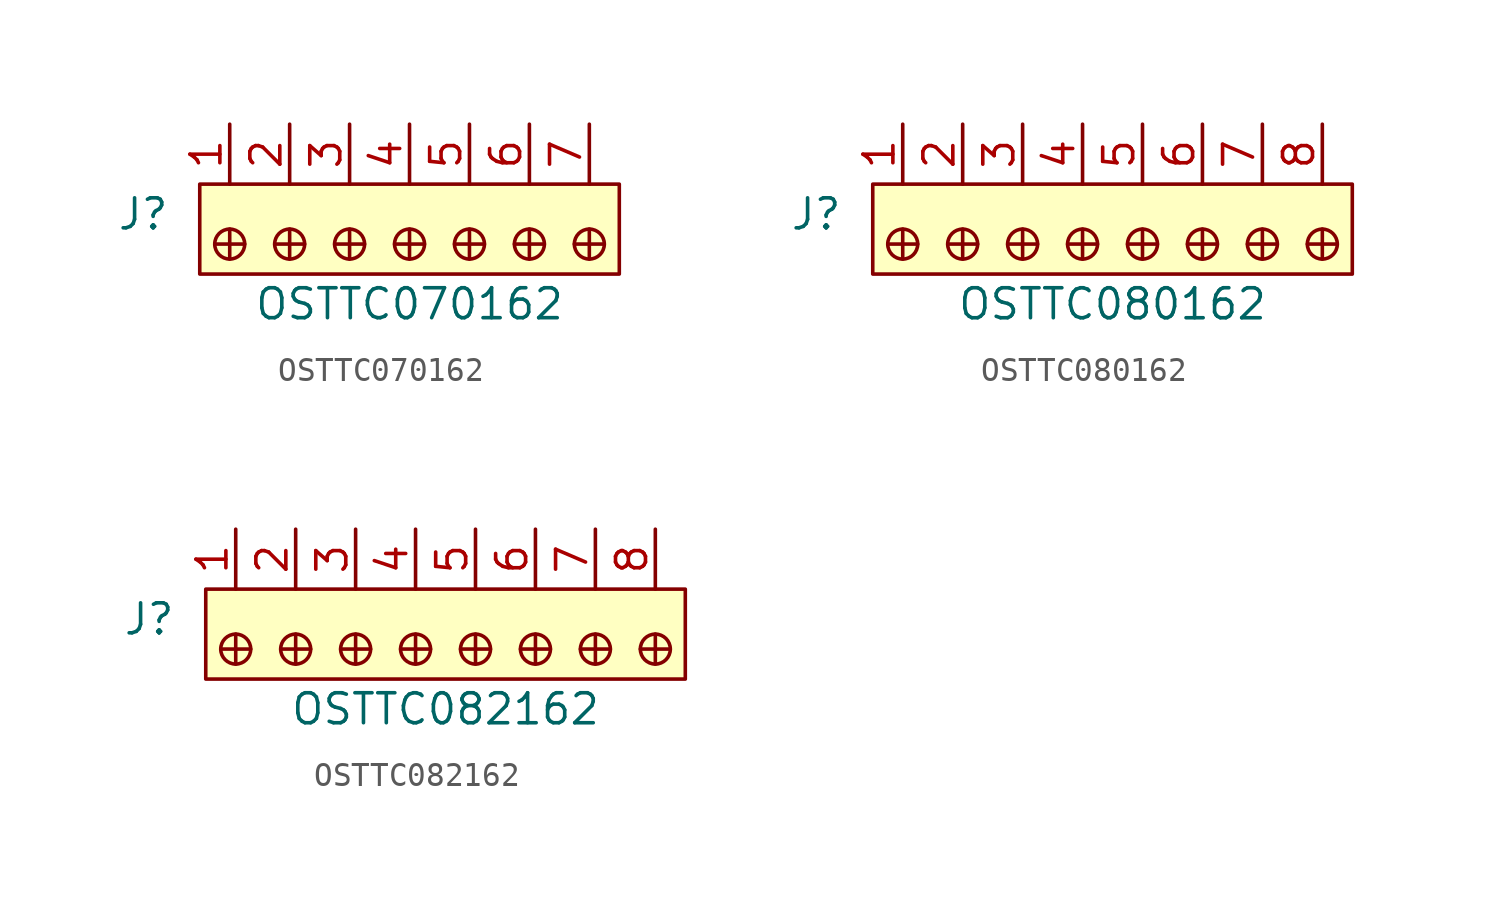
<source format=kicad_sym>
(kicad_symbol_lib
  (version 20220914)
  (generator kicad_symbol_editor)
  (symbol "OSTTC070162"
    (pin_names
      (offset 1.016))
    (property "Reference" "J"
      (at -2.54 -1.27 0)
      (effects (font (size 1.27 1.27)) (justify right)))
    (property "Value" "OSTTC070162"
      (at 7.62 -5.08 0)
      (effects (font (size 1.27 1.27))))
    (symbol "OSTTC070162_1_1"
      (rectangle (start -1.27 0) (end 16.51 -3.81) (stroke (width 0) (type default)) (fill (type background)))
      (circle (center 0 -2.54) (radius 0.635) (stroke (width 0) (type default)) (fill (type none)))
      (polyline (pts (xy 0 -1.905) (xy 0 -3.175)) (stroke (width 0) (type default)) (fill (type none)))
      (polyline (pts (xy 0.635 -2.54) (xy -0.635 -2.54)) (stroke (width 0) (type default)) (fill (type none)))
      (polyline (pts (xy 1.905 -2.54) (xy 3.175 -2.54)) (stroke (width 0) (type default)) (fill (type none)))
      (polyline (pts (xy 2.54 -1.905) (xy 2.54 -3.175)) (stroke (width 0) (type default)) (fill (type none)))
      (polyline (pts (xy 5.08 -1.905) (xy 5.08 -3.175)) (stroke (width 0) (type default)) (fill (type none)))
      (polyline (pts (xy 5.715 -2.54) (xy 4.445 -2.54)) (stroke (width 0) (type default)) (fill (type none)))
      (polyline (pts (xy 6.985 -2.54) (xy 8.255 -2.54)) (stroke (width 0) (type default)) (fill (type none)))
      (polyline (pts (xy 7.62 -1.905) (xy 7.62 -3.175)) (stroke (width 0) (type default)) (fill (type none)))
      (polyline (pts (xy 10.16 -1.905) (xy 10.16 -3.175)) (stroke (width 0) (type default)) (fill (type none)))
      (polyline (pts (xy 10.795 -2.54) (xy 9.525 -2.54)) (stroke (width 0) (type default)) (fill (type none)))
      (polyline (pts (xy 12.065 -2.54) (xy 13.335 -2.54)) (stroke (width 0) (type default)) (fill (type none)))
      (polyline (pts (xy 12.7 -1.905) (xy 12.7 -3.175)) (stroke (width 0) (type default)) (fill (type none)))
      (polyline (pts (xy 14.605 -2.54) (xy 15.875 -2.54)) (stroke (width 0) (type default)) (fill (type none)))
      (polyline (pts (xy 15.24 -1.905) (xy 15.24 -3.175)) (stroke (width 0) (type default)) (fill (type none)))
      (circle (center 2.54 -2.54) (radius 0.635) (stroke (width 0) (type default)) (fill (type none)))
      (circle (center 5.08 -2.54) (radius 0.635) (stroke (width 0) (type default)) (fill (type none)))
      (circle (center 7.62 -2.54) (radius 0.635) (stroke (width 0) (type default)) (fill (type none)))
      (circle (center 10.16 -2.54) (radius 0.635) (stroke (width 0) (type default)) (fill (type none)))
      (circle (center 12.7 -2.54) (radius 0.635) (stroke (width 0) (type default)) (fill (type none)))
      (circle (center 15.24 -2.54) (radius 0.635) (stroke (width 0) (type default)) (fill (type none)))
      (pin passive line (at 0 2.54 270) (length 2.54) (name "~" (effects (font (size 1.27 1.27)))) (number "1" (effects (font (size 1.27 1.27)))))
      (pin passive line (at 2.54 2.54 270) (length 2.54) (name "~" (effects (font (size 1.27 1.27)))) (number "2" (effects (font (size 1.27 1.27)))))
      (pin passive line (at 5.08 2.54 270) (length 2.54) (name "~" (effects (font (size 1.27 1.27)))) (number "3" (effects (font (size 1.27 1.27)))))
      (pin passive line (at 7.62 2.54 270) (length 2.54) (name "~" (effects (font (size 1.27 1.27)))) (number "4" (effects (font (size 1.27 1.27)))))
      (pin passive line (at 10.16 2.54 270) (length 2.54) (name "~" (effects (font (size 1.27 1.27)))) (number "5" (effects (font (size 1.27 1.27)))))
      (pin passive line (at 12.7 2.54 270) (length 2.54) (name "~" (effects (font (size 1.27 1.27)))) (number "6" (effects (font (size 1.27 1.27)))))
      (pin passive line (at 15.24 2.54 270) (length 2.54) (name "~" (effects (font (size 1.27 1.27)))) (number "7" (effects (font (size 1.27 1.27)))))))
  (symbol "OSTTC080162"
    (pin_names
      (offset 1.016))
    (property "Reference" "J"
      (at -2.54 -1.27 0)
      (effects (font (size 1.27 1.27)) (justify right)))
    (property "Value" "OSTTC080162"
      (at 8.89 -5.08 0)
      (effects (font (size 1.27 1.27))))
    (symbol "OSTTC080162_1_1"
      (rectangle (start -1.27 0) (end 19.05 -3.81) (stroke (width 0) (type default)) (fill (type background)))
      (circle (center 0 -2.54) (radius 0.635) (stroke (width 0) (type default)) (fill (type none)))
      (polyline (pts (xy 0 -1.905) (xy 0 -3.175)) (stroke (width 0) (type default)) (fill (type none)))
      (polyline (pts (xy 0.635 -2.54) (xy -0.635 -2.54)) (stroke (width 0) (type default)) (fill (type none)))
      (polyline (pts (xy 1.905 -2.54) (xy 3.175 -2.54)) (stroke (width 0) (type default)) (fill (type none)))
      (polyline (pts (xy 2.54 -1.905) (xy 2.54 -3.175)) (stroke (width 0) (type default)) (fill (type none)))
      (polyline (pts (xy 5.08 -1.905) (xy 5.08 -3.175)) (stroke (width 0) (type default)) (fill (type none)))
      (polyline (pts (xy 5.715 -2.54) (xy 4.445 -2.54)) (stroke (width 0) (type default)) (fill (type none)))
      (polyline (pts (xy 6.985 -2.54) (xy 8.255 -2.54)) (stroke (width 0) (type default)) (fill (type none)))
      (polyline (pts (xy 7.62 -1.905) (xy 7.62 -3.175)) (stroke (width 0) (type default)) (fill (type none)))
      (polyline (pts (xy 10.16 -1.905) (xy 10.16 -3.175)) (stroke (width 0) (type default)) (fill (type none)))
      (polyline (pts (xy 10.795 -2.54) (xy 9.525 -2.54)) (stroke (width 0) (type default)) (fill (type none)))
      (polyline (pts (xy 12.065 -2.54) (xy 13.335 -2.54)) (stroke (width 0) (type default)) (fill (type none)))
      (polyline (pts (xy 12.7 -1.905) (xy 12.7 -3.175)) (stroke (width 0) (type default)) (fill (type none)))
      (polyline (pts (xy 15.24 -1.905) (xy 15.24 -3.175)) (stroke (width 0) (type default)) (fill (type none)))
      (polyline (pts (xy 15.875 -2.54) (xy 14.605 -2.54)) (stroke (width 0) (type default)) (fill (type none)))
      (polyline (pts (xy 17.145 -2.54) (xy 18.415 -2.54)) (stroke (width 0) (type default)) (fill (type none)))
      (polyline (pts (xy 17.78 -1.905) (xy 17.78 -3.175)) (stroke (width 0) (type default)) (fill (type none)))
      (circle (center 2.54 -2.54) (radius 0.635) (stroke (width 0) (type default)) (fill (type none)))
      (circle (center 5.08 -2.54) (radius 0.635) (stroke (width 0) (type default)) (fill (type none)))
      (circle (center 7.62 -2.54) (radius 0.635) (stroke (width 0) (type default)) (fill (type none)))
      (circle (center 10.16 -2.54) (radius 0.635) (stroke (width 0) (type default)) (fill (type none)))
      (circle (center 12.7 -2.54) (radius 0.635) (stroke (width 0) (type default)) (fill (type none)))
      (circle (center 15.24 -2.54) (radius 0.635) (stroke (width 0) (type default)) (fill (type none)))
      (circle (center 17.78 -2.54) (radius 0.635) (stroke (width 0) (type default)) (fill (type none)))
      (pin passive line (at 0 2.54 270) (length 2.54) (name "~" (effects (font (size 1.27 1.27)))) (number "1" (effects (font (size 1.27 1.27)))))
      (pin passive line (at 2.54 2.54 270) (length 2.54) (name "~" (effects (font (size 1.27 1.27)))) (number "2" (effects (font (size 1.27 1.27)))))
      (pin passive line (at 5.08 2.54 270) (length 2.54) (name "~" (effects (font (size 1.27 1.27)))) (number "3" (effects (font (size 1.27 1.27)))))
      (pin passive line (at 7.62 2.54 270) (length 2.54) (name "~" (effects (font (size 1.27 1.27)))) (number "4" (effects (font (size 1.27 1.27)))))
      (pin passive line (at 10.16 2.54 270) (length 2.54) (name "~" (effects (font (size 1.27 1.27)))) (number "5" (effects (font (size 1.27 1.27)))))
      (pin passive line (at 12.7 2.54 270) (length 2.54) (name "~" (effects (font (size 1.27 1.27)))) (number "6" (effects (font (size 1.27 1.27)))))
      (pin passive line (at 15.24 2.54 270) (length 2.54) (name "~" (effects (font (size 1.27 1.27)))) (number "7" (effects (font (size 1.27 1.27)))))
      (pin passive line (at 17.78 2.54 270) (length 2.54) (name "~" (effects (font (size 1.27 1.27)))) (number "8" (effects (font (size 1.27 1.27)))))))
  (symbol "OSTTC082162"
    (pin_names
      (offset 1.016))
    (property "Reference" "J"
      (at -2.54 -1.27 0)
      (effects (font (size 1.27 1.27)) (justify right)))
    (property "Value" "OSTTC082162"
      (at 8.89 -5.08 0)
      (effects (font (size 1.27 1.27))))
    (symbol "OSTTC082162_1_1"
      (rectangle (start -1.27 0) (end 19.05 -3.81) (stroke (width 0) (type default)) (fill (type background)))
      (circle (center 0 -2.54) (radius 0.635) (stroke (width 0) (type default)) (fill (type none)))
      (polyline (pts (xy 0 -1.905) (xy 0 -3.175)) (stroke (width 0) (type default)) (fill (type none)))
      (polyline (pts (xy 0.635 -2.54) (xy -0.635 -2.54)) (stroke (width 0) (type default)) (fill (type none)))
      (polyline (pts (xy 1.905 -2.54) (xy 3.175 -2.54)) (stroke (width 0) (type default)) (fill (type none)))
      (polyline (pts (xy 2.54 -1.905) (xy 2.54 -3.175)) (stroke (width 0) (type default)) (fill (type none)))
      (polyline (pts (xy 5.08 -1.905) (xy 5.08 -3.175)) (stroke (width 0) (type default)) (fill (type none)))
      (polyline (pts (xy 5.715 -2.54) (xy 4.445 -2.54)) (stroke (width 0) (type default)) (fill (type none)))
      (polyline (pts (xy 6.985 -2.54) (xy 8.255 -2.54)) (stroke (width 0) (type default)) (fill (type none)))
      (polyline (pts (xy 7.62 -1.905) (xy 7.62 -3.175)) (stroke (width 0) (type default)) (fill (type none)))
      (polyline (pts (xy 10.16 -1.905) (xy 10.16 -3.175)) (stroke (width 0) (type default)) (fill (type none)))
      (polyline (pts (xy 10.795 -2.54) (xy 9.525 -2.54)) (stroke (width 0) (type default)) (fill (type none)))
      (polyline (pts (xy 12.065 -2.54) (xy 13.335 -2.54)) (stroke (width 0) (type default)) (fill (type none)))
      (polyline (pts (xy 12.7 -1.905) (xy 12.7 -3.175)) (stroke (width 0) (type default)) (fill (type none)))
      (polyline (pts (xy 15.24 -1.905) (xy 15.24 -3.175)) (stroke (width 0) (type default)) (fill (type none)))
      (polyline (pts (xy 15.875 -2.54) (xy 14.605 -2.54)) (stroke (width 0) (type default)) (fill (type none)))
      (polyline (pts (xy 17.145 -2.54) (xy 18.415 -2.54)) (stroke (width 0) (type default)) (fill (type none)))
      (polyline (pts (xy 17.78 -1.905) (xy 17.78 -3.175)) (stroke (width 0) (type default)) (fill (type none)))
      (circle (center 2.54 -2.54) (radius 0.635) (stroke (width 0) (type default)) (fill (type none)))
      (circle (center 5.08 -2.54) (radius 0.635) (stroke (width 0) (type default)) (fill (type none)))
      (circle (center 7.62 -2.54) (radius 0.635) (stroke (width 0) (type default)) (fill (type none)))
      (circle (center 10.16 -2.54) (radius 0.635) (stroke (width 0) (type default)) (fill (type none)))
      (circle (center 12.7 -2.54) (radius 0.635) (stroke (width 0) (type default)) (fill (type none)))
      (circle (center 15.24 -2.54) (radius 0.635) (stroke (width 0) (type default)) (fill (type none)))
      (circle (center 17.78 -2.54) (radius 0.635) (stroke (width 0) (type default)) (fill (type none)))
      (pin passive line (at 0 2.54 270) (length 2.54) (name "~" (effects (font (size 1.27 1.27)))) (number "1" (effects (font (size 1.27 1.27)))))
      (pin passive line (at 2.54 2.54 270) (length 2.54) (name "~" (effects (font (size 1.27 1.27)))) (number "2" (effects (font (size 1.27 1.27)))))
      (pin passive line (at 5.08 2.54 270) (length 2.54) (name "~" (effects (font (size 1.27 1.27)))) (number "3" (effects (font (size 1.27 1.27)))))
      (pin passive line (at 7.62 2.54 270) (length 2.54) (name "~" (effects (font (size 1.27 1.27)))) (number "4" (effects (font (size 1.27 1.27)))))
      (pin passive line (at 10.16 2.54 270) (length 2.54) (name "~" (effects (font (size 1.27 1.27)))) (number "5" (effects (font (size 1.27 1.27)))))
      (pin passive line (at 12.7 2.54 270) (length 2.54) (name "~" (effects (font (size 1.27 1.27)))) (number "6" (effects (font (size 1.27 1.27)))))
      (pin passive line (at 15.24 2.54 270) (length 2.54) (name "~" (effects (font (size 1.27 1.27)))) (number "7" (effects (font (size 1.27 1.27)))))
      (pin passive line (at 17.78 2.54 270) (length 2.54) (name "~" (effects (font (size 1.27 1.27)))) (number "8" (effects (font (size 1.27 1.27))))))))
</source>
